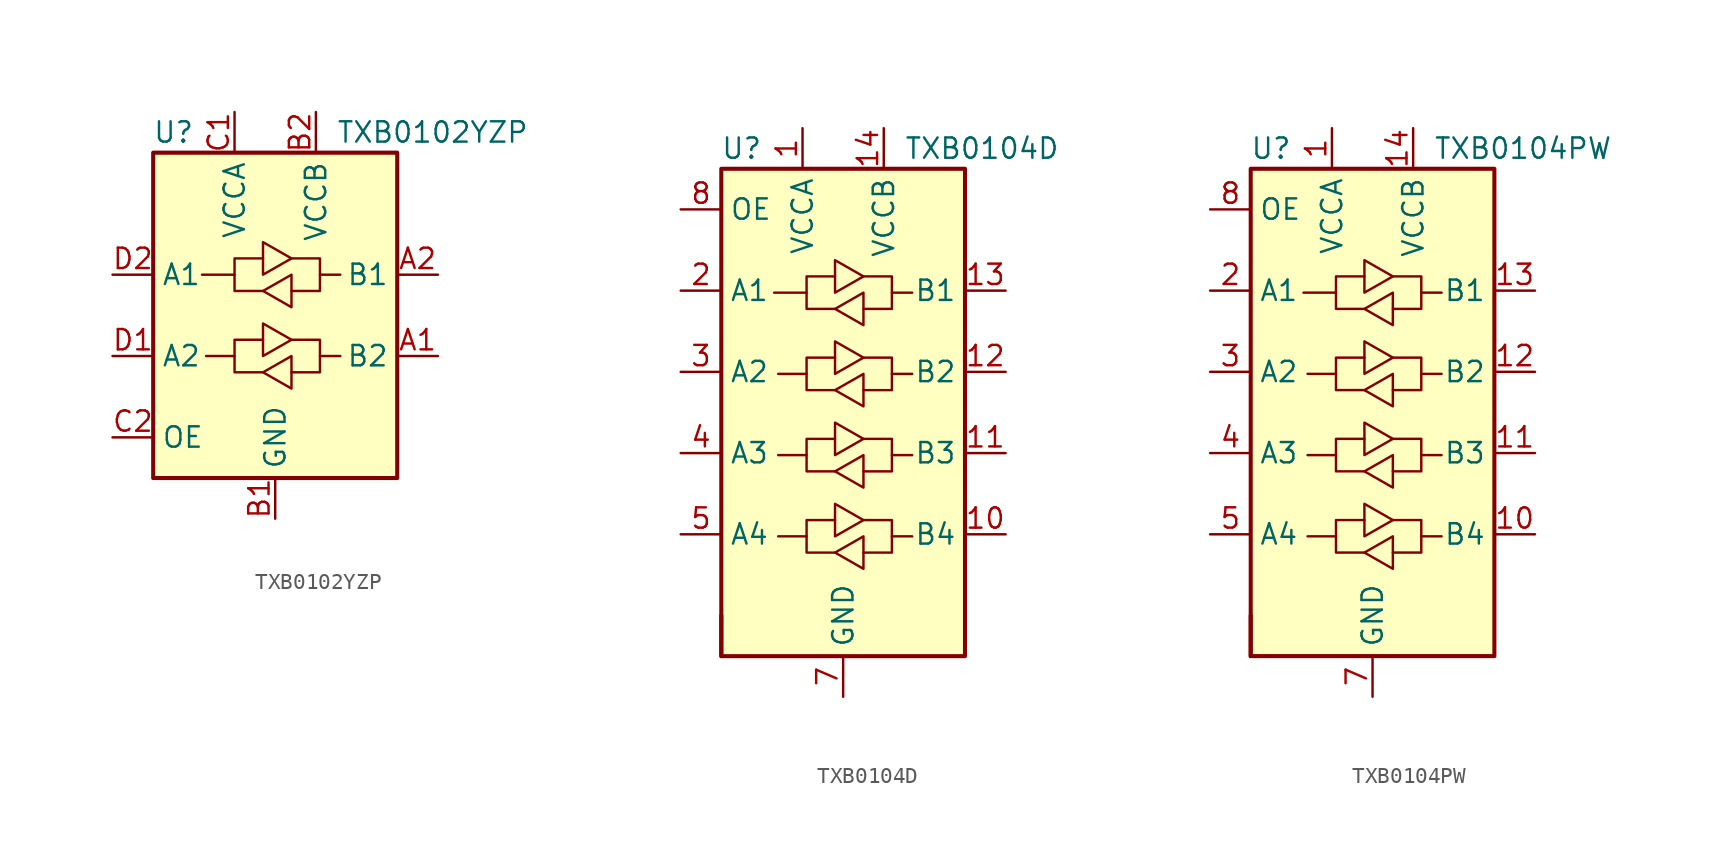
<source format=kicad_sym>
(kicad_symbol_lib
  (version 20200126)
  (host kicad_symbol_editor "(5.99.0-2044-gda2b7071b)")
  (symbol "Logic_LevelTranslator:TXB0102YZP"
    (pin_names
      (offset 0.508))
    (property "Reference" "U"
      (at -6.35 11.43 0)
      (effects (font (size 1.27 1.27))))
    (property "Value" "TXB0102YZP"
      (at 3.81 11.43 0)
      (effects (font (size 1.27 1.27)) (justify left)))
    (symbol "TXB0102YZP_0_1"
      (rectangle (start -7.62 10.16) (end 7.62 -10.16) (stroke (width 0.254)) (fill (type background)))
      (polyline (pts (xy -2.54 -2.54) (xy -2.54 -1.524) (xy -0.762 -1.524)) (stroke (width 0)) (fill (type none)))
      (polyline (pts (xy -2.54 2.54) (xy -2.54 3.556) (xy -0.762 3.556)) (stroke (width 0)) (fill (type none)))
      (polyline (pts (xy 2.794 -2.54) (xy 2.794 -3.556) (xy 1.016 -3.556)) (stroke (width 0)) (fill (type none)))
      (polyline (pts (xy 2.794 2.54) (xy 2.794 1.524) (xy 1.016 1.524)) (stroke (width 0)) (fill (type none)))
      (polyline (pts (xy -0.762 -3.556) (xy -2.54 -3.556) (xy -2.54 -2.54) (xy -4.318 -2.54)) (stroke (width 0)) (fill (type none)))
      (polyline (pts (xy -0.762 -2.54) (xy -0.762 -0.508) (xy 1.016 -1.524) (xy -0.762 -2.54)) (stroke (width 0)) (fill (type none)))
      (polyline (pts (xy -0.762 1.524) (xy -2.54 1.524) (xy -2.54 2.54) (xy -4.572 2.54)) (stroke (width 0)) (fill (type none)))
      (polyline (pts (xy -0.762 2.54) (xy -0.762 4.572) (xy 1.016 3.556) (xy -0.762 2.54)) (stroke (width 0)) (fill (type none)))
      (polyline (pts (xy 1.016 -2.54) (xy 1.016 -4.572) (xy -0.762 -3.556) (xy 1.016 -2.54)) (stroke (width 0)) (fill (type none)))
      (polyline (pts (xy 1.016 -1.524) (xy 2.794 -1.524) (xy 2.794 -2.54) (xy 4.064 -2.54)) (stroke (width 0)) (fill (type none)))
      (polyline (pts (xy 1.016 3.556) (xy 2.794 3.556) (xy 2.794 2.54) (xy 4.064 2.54)) (stroke (width 0)) (fill (type none)))
      (polyline (pts (xy 1.016 2.54) (xy 1.016 0.762) (xy 1.016 0.508) (xy -0.762 1.524) (xy 1.016 2.54)) (stroke (width 0)) (fill (type none))))
    (symbol "TXB0102YZP_1_1"
      (pin bidirectional line (at 10.16 -2.54 180) (length 2.54) (name "B2" (effects (font (size 1.27 1.27)))) (number "A1" (effects (font (size 1.27 1.27)))))
      (pin bidirectional line (at 10.16 2.54 180) (length 2.54) (name "B1" (effects (font (size 1.27 1.27)))) (number "A2" (effects (font (size 1.27 1.27)))))
      (pin power_in line (at 0 -12.7 90) (length 2.54) (name "GND" (effects (font (size 1.27 1.27)))) (number "B1" (effects (font (size 1.27 1.27)))))
      (pin power_in line (at 2.54 12.7 270) (length 2.54) (name "VCCB" (effects (font (size 1.27 1.27)))) (number "B2" (effects (font (size 1.27 1.27)))))
      (pin power_in line (at -2.54 12.7 270) (length 2.54) (name "VCCA" (effects (font (size 1.27 1.27)))) (number "C1" (effects (font (size 1.27 1.27)))))
      (pin input line (at -10.16 -7.62 0) (length 2.54) (name "OE" (effects (font (size 1.27 1.27)))) (number "C2" (effects (font (size 1.27 1.27)))))
      (pin bidirectional line (at -10.16 -2.54 0) (length 2.54) (name "A2" (effects (font (size 1.27 1.27)))) (number "D1" (effects (font (size 1.27 1.27)))))
      (pin bidirectional line (at -10.16 2.54 0) (length 2.54) (name "A1" (effects (font (size 1.27 1.27)))) (number "D2" (effects (font (size 1.27 1.27)))))))
  (symbol "Logic_LevelTranslator:TXB0104D"
    (pin_names
      (offset 0.508))
    (property "Reference" "U"
      (at -6.35 16.51 0)
      (effects (font (size 1.27 1.27))))
    (property "Value" "TXB0104D"
      (at 3.81 16.51 0)
      (effects (font (size 1.27 1.27)) (justify left)))
    (symbol "TXB0104D_0_1"
      (rectangle (start -7.62 -15.24) (end -7.62 -12.7) (stroke (width 0.254)) (fill (type none)))
      (rectangle (start -7.62 15.24) (end 7.62 -15.24) (stroke (width 0.254)) (fill (type background)))
      (polyline (pts (xy -2.286 -7.747) (xy -2.286 -6.731) (xy -0.508 -6.731)) (stroke (width 0)) (fill (type none)))
      (polyline (pts (xy -2.286 -2.667) (xy -2.286 -1.651) (xy -0.508 -1.651)) (stroke (width 0)) (fill (type none)))
      (polyline (pts (xy -2.286 2.413) (xy -2.286 3.429) (xy -0.508 3.429)) (stroke (width 0)) (fill (type none)))
      (polyline (pts (xy -2.286 7.493) (xy -2.286 8.509) (xy -0.508 8.509)) (stroke (width 0)) (fill (type none)))
      (polyline (pts (xy 3.048 -7.747) (xy 3.048 -8.763) (xy 1.27 -8.763)) (stroke (width 0)) (fill (type none)))
      (polyline (pts (xy 3.048 -2.667) (xy 3.048 -3.683) (xy 1.27 -3.683)) (stroke (width 0)) (fill (type none)))
      (polyline (pts (xy 3.048 2.413) (xy 3.048 1.397) (xy 1.27 1.397)) (stroke (width 0)) (fill (type none)))
      (polyline (pts (xy 3.048 7.493) (xy 3.048 6.477) (xy 1.27 6.477)) (stroke (width 0)) (fill (type none)))
      (polyline (pts (xy -0.508 -8.763) (xy -2.286 -8.763) (xy -2.286 -7.747) (xy -4.064 -7.747)) (stroke (width 0)) (fill (type none)))
      (polyline (pts (xy -0.508 -8.763) (xy 1.27 -7.747) (xy 1.27 -9.779) (xy -0.508 -8.763)) (stroke (width 0)) (fill (type none)))
      (polyline (pts (xy -0.508 -3.683) (xy -2.286 -3.683) (xy -2.286 -2.667) (xy -4.064 -2.667)) (stroke (width 0)) (fill (type none)))
      (polyline (pts (xy -0.508 -3.683) (xy 1.27 -2.667) (xy 1.27 -4.699) (xy -0.508 -3.683)) (stroke (width 0)) (fill (type none)))
      (polyline (pts (xy -0.508 1.397) (xy -2.286 1.397) (xy -2.286 2.413) (xy -4.064 2.413)) (stroke (width 0)) (fill (type none)))
      (polyline (pts (xy -0.508 1.397) (xy 1.27 2.413) (xy 1.27 0.381) (xy -0.508 1.397)) (stroke (width 0)) (fill (type none)))
      (polyline (pts (xy -0.508 6.477) (xy -2.286 6.477) (xy -2.286 7.493) (xy -4.318 7.493)) (stroke (width 0)) (fill (type none)))
      (polyline (pts (xy -0.508 6.477) (xy 1.27 7.493) (xy 1.27 5.461) (xy -0.508 6.477)) (stroke (width 0)) (fill (type none)))
      (polyline (pts (xy 1.27 -6.731) (xy -0.508 -7.747) (xy -0.508 -5.715) (xy 1.27 -6.731)) (stroke (width 0)) (fill (type none)))
      (polyline (pts (xy 1.27 -6.731) (xy 3.048 -6.731) (xy 3.048 -7.747) (xy 4.318 -7.747)) (stroke (width 0)) (fill (type none)))
      (polyline (pts (xy 1.27 -1.651) (xy -0.508 -2.667) (xy -0.508 -0.635) (xy 1.27 -1.651)) (stroke (width 0)) (fill (type none)))
      (polyline (pts (xy 1.27 -1.651) (xy 3.048 -1.651) (xy 3.048 -2.667) (xy 4.318 -2.667)) (stroke (width 0)) (fill (type none)))
      (polyline (pts (xy 1.27 3.429) (xy -0.508 2.413) (xy -0.508 4.445) (xy 1.27 3.429)) (stroke (width 0)) (fill (type none)))
      (polyline (pts (xy 1.27 3.429) (xy 3.048 3.429) (xy 3.048 2.413) (xy 4.318 2.413)) (stroke (width 0)) (fill (type none)))
      (polyline (pts (xy 1.27 8.509) (xy -0.508 7.493) (xy -0.508 9.525) (xy 1.27 8.509)) (stroke (width 0)) (fill (type none)))
      (polyline (pts (xy 1.27 8.509) (xy 3.048 8.509) (xy 3.048 7.493) (xy 4.318 7.493)) (stroke (width 0)) (fill (type none))))
    (symbol "TXB0104D_1_1"
      (pin power_in line (at -2.54 17.78 270) (length 2.54) (name "VCCA" (effects (font (size 1.27 1.27)))) (number "1" (effects (font (size 1.27 1.27)))))
      (pin bidirectional line (at 10.16 -7.62 180) (length 2.54) (name "B4" (effects (font (size 1.27 1.27)))) (number "10" (effects (font (size 1.27 1.27)))))
      (pin bidirectional line (at 10.16 -2.54 180) (length 2.54) (name "B3" (effects (font (size 1.27 1.27)))) (number "11" (effects (font (size 1.27 1.27)))))
      (pin bidirectional line (at 10.16 2.54 180) (length 2.54) (name "B2" (effects (font (size 1.27 1.27)))) (number "12" (effects (font (size 1.27 1.27)))))
      (pin bidirectional line (at 10.16 7.62 180) (length 2.54) (name "B1" (effects (font (size 1.27 1.27)))) (number "13" (effects (font (size 1.27 1.27)))))
      (pin power_in line (at 2.54 17.78 270) (length 2.54) (name "VCCB" (effects (font (size 1.27 1.27)))) (number "14" (effects (font (size 1.27 1.27)))))
      (pin bidirectional line (at -10.16 7.62 0) (length 2.54) (name "A1" (effects (font (size 1.27 1.27)))) (number "2" (effects (font (size 1.27 1.27)))))
      (pin bidirectional line (at -10.16 2.54 0) (length 2.54) (name "A2" (effects (font (size 1.27 1.27)))) (number "3" (effects (font (size 1.27 1.27)))))
      (pin bidirectional line (at -10.16 -2.54 0) (length 2.54) (name "A3" (effects (font (size 1.27 1.27)))) (number "4" (effects (font (size 1.27 1.27)))))
      (pin bidirectional line (at -10.16 -7.62 0) (length 2.54) (name "A4" (effects (font (size 1.27 1.27)))) (number "5" (effects (font (size 1.27 1.27)))))
      (pin unconnected line (at -10.16 -12.7 0) (length 2.54) hide (name "NC" (effects (font (size 1.27 1.27)))) (number "6" (effects (font (size 1.27 1.27)))))
      (pin power_in line (at 0 -17.78 90) (length 2.54) (name "GND" (effects (font (size 1.27 1.27)))) (number "7" (effects (font (size 1.27 1.27)))))
      (pin input line (at -10.16 12.7 0) (length 2.54) (name "OE" (effects (font (size 1.27 1.27)))) (number "8" (effects (font (size 1.27 1.27)))))
      (pin unconnected line (at 10.16 -12.7 180) (length 2.54) hide (name "NC" (effects (font (size 1.27 1.27)))) (number "9" (effects (font (size 1.27 1.27)))))))
  (symbol "Logic_LevelTranslator:TXB0104PW"
    (pin_names
      (offset 0.508))
    (property "Reference" "U"
      (at -6.35 16.51 0)
      (effects (font (size 1.27 1.27))))
    (property "Value" "TXB0104PW"
      (at 3.81 16.51 0)
      (effects (font (size 1.27 1.27)) (justify left)))
    (symbol "TXB0104PW_0_1"
      (rectangle (start -7.62 -15.24) (end -7.62 -12.7) (stroke (width 0.254)) (fill (type none)))
      (rectangle (start -7.62 15.24) (end 7.62 -15.24) (stroke (width 0.254)) (fill (type background)))
      (polyline (pts (xy -2.286 -7.747) (xy -2.286 -6.731) (xy -0.508 -6.731)) (stroke (width 0)) (fill (type none)))
      (polyline (pts (xy -2.286 -2.667) (xy -2.286 -1.651) (xy -0.508 -1.651)) (stroke (width 0)) (fill (type none)))
      (polyline (pts (xy -2.286 2.413) (xy -2.286 3.429) (xy -0.508 3.429)) (stroke (width 0)) (fill (type none)))
      (polyline (pts (xy -2.286 7.493) (xy -2.286 8.509) (xy -0.508 8.509)) (stroke (width 0)) (fill (type none)))
      (polyline (pts (xy 3.048 -7.747) (xy 3.048 -8.763) (xy 1.27 -8.763)) (stroke (width 0)) (fill (type none)))
      (polyline (pts (xy 3.048 -2.667) (xy 3.048 -3.683) (xy 1.27 -3.683)) (stroke (width 0)) (fill (type none)))
      (polyline (pts (xy 3.048 2.413) (xy 3.048 1.397) (xy 1.27 1.397)) (stroke (width 0)) (fill (type none)))
      (polyline (pts (xy 3.048 7.493) (xy 3.048 6.477) (xy 1.27 6.477)) (stroke (width 0)) (fill (type none)))
      (polyline (pts (xy -0.508 -8.763) (xy -2.286 -8.763) (xy -2.286 -7.747) (xy -4.064 -7.747)) (stroke (width 0)) (fill (type none)))
      (polyline (pts (xy -0.508 -8.763) (xy 1.27 -7.747) (xy 1.27 -9.779) (xy -0.508 -8.763)) (stroke (width 0)) (fill (type none)))
      (polyline (pts (xy -0.508 -3.683) (xy -2.286 -3.683) (xy -2.286 -2.667) (xy -4.064 -2.667)) (stroke (width 0)) (fill (type none)))
      (polyline (pts (xy -0.508 -3.683) (xy 1.27 -2.667) (xy 1.27 -4.699) (xy -0.508 -3.683)) (stroke (width 0)) (fill (type none)))
      (polyline (pts (xy -0.508 1.397) (xy -2.286 1.397) (xy -2.286 2.413) (xy -4.064 2.413)) (stroke (width 0)) (fill (type none)))
      (polyline (pts (xy -0.508 1.397) (xy 1.27 2.413) (xy 1.27 0.381) (xy -0.508 1.397)) (stroke (width 0)) (fill (type none)))
      (polyline (pts (xy -0.508 6.477) (xy -2.286 6.477) (xy -2.286 7.493) (xy -4.318 7.493)) (stroke (width 0)) (fill (type none)))
      (polyline (pts (xy -0.508 6.477) (xy 1.27 7.493) (xy 1.27 5.461) (xy -0.508 6.477)) (stroke (width 0)) (fill (type none)))
      (polyline (pts (xy 1.27 -6.731) (xy -0.508 -7.747) (xy -0.508 -5.715) (xy 1.27 -6.731)) (stroke (width 0)) (fill (type none)))
      (polyline (pts (xy 1.27 -6.731) (xy 3.048 -6.731) (xy 3.048 -7.747) (xy 4.318 -7.747)) (stroke (width 0)) (fill (type none)))
      (polyline (pts (xy 1.27 -1.651) (xy -0.508 -2.667) (xy -0.508 -0.635) (xy 1.27 -1.651)) (stroke (width 0)) (fill (type none)))
      (polyline (pts (xy 1.27 -1.651) (xy 3.048 -1.651) (xy 3.048 -2.667) (xy 4.318 -2.667)) (stroke (width 0)) (fill (type none)))
      (polyline (pts (xy 1.27 3.429) (xy -0.508 2.413) (xy -0.508 4.445) (xy 1.27 3.429)) (stroke (width 0)) (fill (type none)))
      (polyline (pts (xy 1.27 3.429) (xy 3.048 3.429) (xy 3.048 2.413) (xy 4.318 2.413)) (stroke (width 0)) (fill (type none)))
      (polyline (pts (xy 1.27 8.509) (xy -0.508 7.493) (xy -0.508 9.525) (xy 1.27 8.509)) (stroke (width 0)) (fill (type none)))
      (polyline (pts (xy 1.27 8.509) (xy 3.048 8.509) (xy 3.048 7.493) (xy 4.318 7.493)) (stroke (width 0)) (fill (type none))))
    (symbol "TXB0104PW_1_1"
      (pin power_in line (at -2.54 17.78 270) (length 2.54) (name "VCCA" (effects (font (size 1.27 1.27)))) (number "1" (effects (font (size 1.27 1.27)))))
      (pin bidirectional line (at 10.16 -7.62 180) (length 2.54) (name "B4" (effects (font (size 1.27 1.27)))) (number "10" (effects (font (size 1.27 1.27)))))
      (pin bidirectional line (at 10.16 -2.54 180) (length 2.54) (name "B3" (effects (font (size 1.27 1.27)))) (number "11" (effects (font (size 1.27 1.27)))))
      (pin bidirectional line (at 10.16 2.54 180) (length 2.54) (name "B2" (effects (font (size 1.27 1.27)))) (number "12" (effects (font (size 1.27 1.27)))))
      (pin bidirectional line (at 10.16 7.62 180) (length 2.54) (name "B1" (effects (font (size 1.27 1.27)))) (number "13" (effects (font (size 1.27 1.27)))))
      (pin power_in line (at 2.54 17.78 270) (length 2.54) (name "VCCB" (effects (font (size 1.27 1.27)))) (number "14" (effects (font (size 1.27 1.27)))))
      (pin bidirectional line (at -10.16 7.62 0) (length 2.54) (name "A1" (effects (font (size 1.27 1.27)))) (number "2" (effects (font (size 1.27 1.27)))))
      (pin bidirectional line (at -10.16 2.54 0) (length 2.54) (name "A2" (effects (font (size 1.27 1.27)))) (number "3" (effects (font (size 1.27 1.27)))))
      (pin bidirectional line (at -10.16 -2.54 0) (length 2.54) (name "A3" (effects (font (size 1.27 1.27)))) (number "4" (effects (font (size 1.27 1.27)))))
      (pin bidirectional line (at -10.16 -7.62 0) (length 2.54) (name "A4" (effects (font (size 1.27 1.27)))) (number "5" (effects (font (size 1.27 1.27)))))
      (pin unconnected line (at -10.16 -12.7 0) (length 2.54) hide (name "NC" (effects (font (size 1.27 1.27)))) (number "6" (effects (font (size 1.27 1.27)))))
      (pin power_in line (at 0 -17.78 90) (length 2.54) (name "GND" (effects (font (size 1.27 1.27)))) (number "7" (effects (font (size 1.27 1.27)))))
      (pin input line (at -10.16 12.7 0) (length 2.54) (name "OE" (effects (font (size 1.27 1.27)))) (number "8" (effects (font (size 1.27 1.27)))))
      (pin unconnected line (at 10.16 -12.7 180) (length 2.54) hide (name "NC" (effects (font (size 1.27 1.27)))) (number "9" (effects (font (size 1.27 1.27))))))))
</source>
